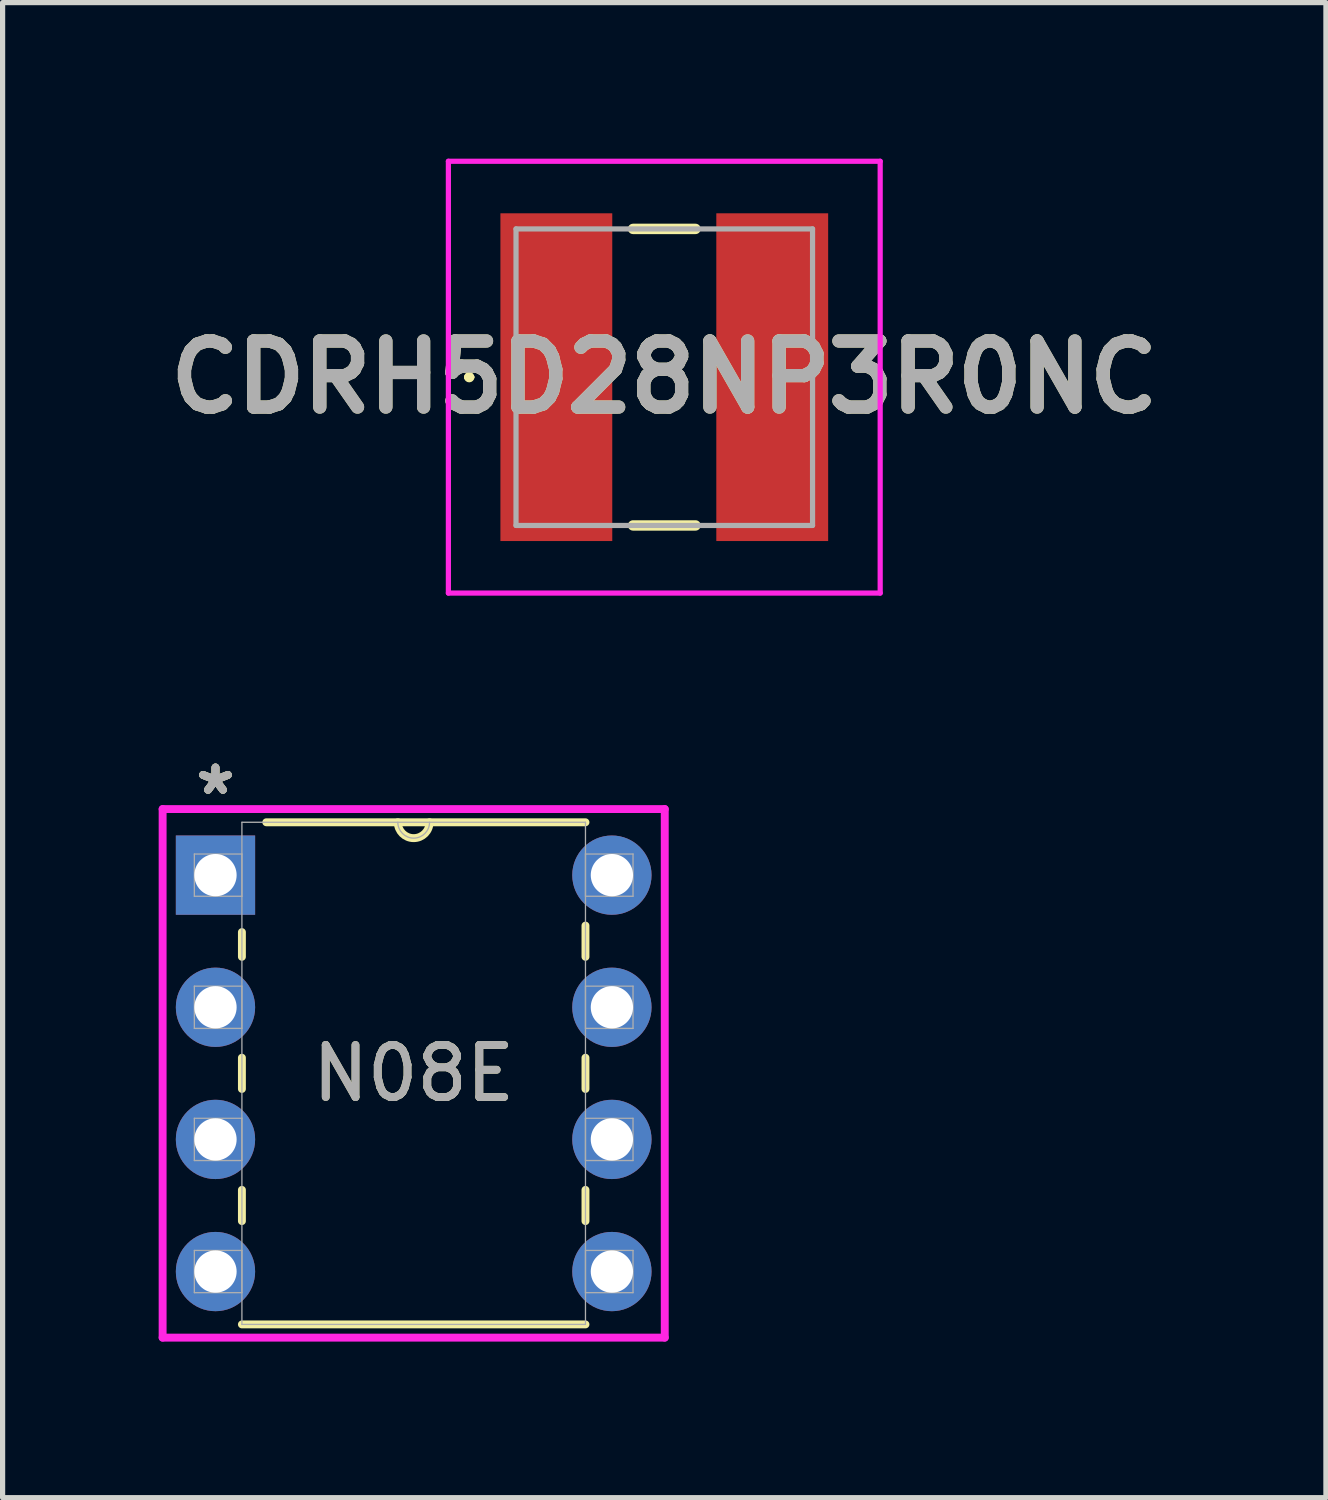
<source format=kicad_pcb>
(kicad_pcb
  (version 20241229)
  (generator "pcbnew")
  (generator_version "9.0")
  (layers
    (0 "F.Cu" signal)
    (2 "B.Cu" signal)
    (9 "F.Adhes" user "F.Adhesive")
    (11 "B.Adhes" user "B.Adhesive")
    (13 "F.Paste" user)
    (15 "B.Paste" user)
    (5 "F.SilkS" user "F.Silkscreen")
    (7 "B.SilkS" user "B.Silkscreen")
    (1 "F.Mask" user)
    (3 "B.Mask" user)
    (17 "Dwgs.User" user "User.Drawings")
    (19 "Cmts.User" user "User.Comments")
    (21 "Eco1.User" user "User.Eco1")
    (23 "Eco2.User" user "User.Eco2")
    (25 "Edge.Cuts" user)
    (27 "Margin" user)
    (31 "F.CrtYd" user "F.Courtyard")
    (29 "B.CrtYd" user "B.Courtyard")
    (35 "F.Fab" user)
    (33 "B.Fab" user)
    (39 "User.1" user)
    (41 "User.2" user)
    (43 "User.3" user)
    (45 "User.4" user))
  (footprint "CDRH5D28NP3R0NC"
    (layer "F.Cu")
    (at 9.719 4.2)
    (property "Reference" "CDRH5D28NP3R0NC" (at 0 0 0) (layer "F.SilkS") (effects (font (size 1.27 1.27) (thickness 0.254))))
    (attr smd)
    (fp_line (start -3.8 0) (end -3.8 0) (stroke (width 0.1) (type solid)) (layer "F.SilkS"))
    (fp_line (start -3.7 0) (end -3.7 0) (stroke (width 0.1) (type solid)) (layer "F.SilkS"))
    (fp_line (start -0.6 2.85) (end 0.6 2.85) (stroke (width 0.2) (type solid)) (layer "F.SilkS"))
    (fp_line (start 0.6 -2.85) (end -0.6 -2.85) (stroke (width 0.2) (type solid)) (layer "F.SilkS"))
    (fp_arc (start -3.8 0) (mid -3.75 -0.05) (end -3.7 0) (stroke (width 0.1) (type solid)) (layer "F.SilkS"))
    (fp_arc (start -3.7 0) (mid -3.75 0.05) (end -3.8 0) (stroke (width 0.1) (type solid)) (layer "F.SilkS"))
    (fp_line (start -4.15 -4.15) (end 4.15 -4.15) (stroke (width 0.1) (type solid)) (layer "F.CrtYd"))
    (fp_line (start -4.15 4.15) (end -4.15 -4.15) (stroke (width 0.1) (type solid)) (layer "F.CrtYd"))
    (fp_line (start 4.15 -4.15) (end 4.15 4.15) (stroke (width 0.1) (type solid)) (layer "F.CrtYd"))
    (fp_line (start 4.15 4.15) (end -4.15 4.15) (stroke (width 0.1) (type solid)) (layer "F.CrtYd"))
    (fp_line (start -2.85 -2.85) (end 2.85 -2.85) (stroke (width 0.1) (type solid)) (layer "F.Fab"))
    (fp_line (start -2.85 2.85) (end -2.85 -2.85) (stroke (width 0.1) (type solid)) (layer "F.Fab"))
    (fp_line (start 2.85 -2.85) (end 2.85 2.85) (stroke (width 0.1) (type solid)) (layer "F.Fab"))
    (fp_line (start 2.85 2.85) (end -2.85 2.85) (stroke (width 0.1) (type solid)) (layer "F.Fab"))
    (fp_text user "${REFERENCE}" (at 0 0 0) (layer "F.Fab") (effects (font (size 1.27 1.27) (thickness 0.254))))
    (pad "1" smd rect (at -2.075 0) (size 2.15 6.3) (layers "F.Cu" "F.Mask" "F.Paste"))
    (pad "2" smd rect (at 2.075 0) (size 2.15 6.3) (layers "F.Cu" "F.Mask" "F.Paste")))
  (footprint "N08E"
    (layer "F.Cu")
    (at 8.712 21.392)
    (property "Reference" "N08E" (at -3.81 -3.81 0) (unlocked yes) (layer "F.SilkS") (effects (font (size 1 1) (thickness 0.15))))
    (attr through_hole)
    (fp_line (start -7.112 -6.525) (end -7.112 -6.05) (stroke (width 0.152) (type solid)) (layer "F.SilkS"))
    (fp_line (start -7.112 -4.11) (end -7.112 -3.51) (stroke (width 0.152) (type solid)) (layer "F.SilkS"))
    (fp_line (start -7.112 -1.57) (end -7.112 -0.97) (stroke (width 0.152) (type solid)) (layer "F.SilkS"))
    (fp_line (start -7.112 1.016) (end -0.508 1.016) (stroke (width 0.152) (type solid)) (layer "F.SilkS"))
    (fp_line (start -0.508 -8.636) (end -6.643 -8.636) (stroke (width 0.152) (type solid)) (layer "F.SilkS"))
    (fp_line (start -0.508 -6.05) (end -0.508 -6.65) (stroke (width 0.152) (type solid)) (layer "F.SilkS"))
    (fp_line (start -0.508 -3.51) (end -0.508 -4.11) (stroke (width 0.152) (type solid)) (layer "F.SilkS"))
    (fp_line (start -0.508 -0.97) (end -0.508 -1.57) (stroke (width 0.152) (type solid)) (layer "F.SilkS"))
    (fp_arc (start -3.5052 -8.636) (mid -3.81 -8.3312) (end -4.1148 -8.636) (stroke (width 0.1524) (type solid)) (layer "F.SilkS"))
    (fp_line (start -8.636 -8.89) (end -8.636 1.27) (stroke (width 0.152) (type solid)) (layer "F.CrtYd"))
    (fp_line (start -8.636 1.27) (end 1.016 1.27) (stroke (width 0.152) (type solid)) (layer "F.CrtYd"))
    (fp_line (start 1.016 -8.89) (end -8.636 -8.89) (stroke (width 0.152) (type solid)) (layer "F.CrtYd"))
    (fp_line (start 1.016 1.27) (end 1.016 -8.89) (stroke (width 0.152) (type solid)) (layer "F.CrtYd"))
    (fp_line (start -8.026 -8.026) (end -8.026 -7.214) (stroke (width 0.025) (type solid)) (layer "F.Fab"))
    (fp_line (start -8.026 -7.214) (end -7.112 -7.214) (stroke (width 0.025) (type solid)) (layer "F.Fab"))
    (fp_line (start -8.026 -5.486) (end -8.026 -4.674) (stroke (width 0.025) (type solid)) (layer "F.Fab"))
    (fp_line (start -8.026 -4.674) (end -7.112 -4.674) (stroke (width 0.025) (type solid)) (layer "F.Fab"))
    (fp_line (start -8.026 -2.946) (end -8.026 -2.134) (stroke (width 0.025) (type solid)) (layer "F.Fab"))
    (fp_line (start -8.026 -2.134) (end -7.112 -2.134) (stroke (width 0.025) (type solid)) (layer "F.Fab"))
    (fp_line (start -8.026 -0.406) (end -8.026 0.406) (stroke (width 0.025) (type solid)) (layer "F.Fab"))
    (fp_line (start -8.026 0.406) (end -7.112 0.406) (stroke (width 0.025) (type solid)) (layer "F.Fab"))
    (fp_line (start -7.112 -8.636) (end -7.112 1.016) (stroke (width 0.025) (type solid)) (layer "F.Fab"))
    (fp_line (start -7.112 -8.026) (end -8.026 -8.026) (stroke (width 0.025) (type solid)) (layer "F.Fab"))
    (fp_line (start -7.112 -7.214) (end -7.112 -8.026) (stroke (width 0.025) (type solid)) (layer "F.Fab"))
    (fp_line (start -7.112 -5.486) (end -8.026 -5.486) (stroke (width 0.025) (type solid)) (layer "F.Fab"))
    (fp_line (start -7.112 -4.674) (end -7.112 -5.486) (stroke (width 0.025) (type solid)) (layer "F.Fab"))
    (fp_line (start -7.112 -2.946) (end -8.026 -2.946) (stroke (width 0.025) (type solid)) (layer "F.Fab"))
    (fp_line (start -7.112 -2.134) (end -7.112 -2.946) (stroke (width 0.025) (type solid)) (layer "F.Fab"))
    (fp_line (start -7.112 -0.406) (end -8.026 -0.406) (stroke (width 0.025) (type solid)) (layer "F.Fab"))
    (fp_line (start -7.112 0.406) (end -7.112 -0.406) (stroke (width 0.025) (type solid)) (layer "F.Fab"))
    (fp_line (start -7.112 1.016) (end -0.508 1.016) (stroke (width 0.025) (type solid)) (layer "F.Fab"))
    (fp_line (start -0.508 -8.636) (end -7.112 -8.636) (stroke (width 0.025) (type solid)) (layer "F.Fab"))
    (fp_line (start -0.508 -8.026) (end -0.508 -7.214) (stroke (width 0.025) (type solid)) (layer "F.Fab"))
    (fp_line (start -0.508 -7.214) (end 0.406 -7.214) (stroke (width 0.025) (type solid)) (layer "F.Fab"))
    (fp_line (start -0.508 -5.486) (end -0.508 -4.674) (stroke (width 0.025) (type solid)) (layer "F.Fab"))
    (fp_line (start -0.508 -4.674) (end 0.406 -4.674) (stroke (width 0.025) (type solid)) (layer "F.Fab"))
    (fp_line (start -0.508 -2.946) (end -0.508 -2.134) (stroke (width 0.025) (type solid)) (layer "F.Fab"))
    (fp_line (start -0.508 -2.134) (end 0.406 -2.134) (stroke (width 0.025) (type solid)) (layer "F.Fab"))
    (fp_line (start -0.508 -0.406) (end -0.508 0.406) (stroke (width 0.025) (type solid)) (layer "F.Fab"))
    (fp_line (start -0.508 0.406) (end 0.406 0.406) (stroke (width 0.025) (type solid)) (layer "F.Fab"))
    (fp_line (start -0.508 1.016) (end -0.508 -8.636) (stroke (width 0.025) (type solid)) (layer "F.Fab"))
    (fp_line (start 0.406 -8.026) (end -0.508 -8.026) (stroke (width 0.025) (type solid)) (layer "F.Fab"))
    (fp_line (start 0.406 -7.214) (end 0.406 -8.026) (stroke (width 0.025) (type solid)) (layer "F.Fab"))
    (fp_line (start 0.406 -5.486) (end -0.508 -5.486) (stroke (width 0.025) (type solid)) (layer "F.Fab"))
    (fp_line (start 0.406 -4.674) (end 0.406 -5.486) (stroke (width 0.025) (type solid)) (layer "F.Fab"))
    (fp_line (start 0.406 -2.946) (end -0.508 -2.946) (stroke (width 0.025) (type solid)) (layer "F.Fab"))
    (fp_line (start 0.406 -2.134) (end 0.406 -2.946) (stroke (width 0.025) (type solid)) (layer "F.Fab"))
    (fp_line (start 0.406 -0.406) (end -0.508 -0.406) (stroke (width 0.025) (type solid)) (layer "F.Fab"))
    (fp_line (start 0.406 0.406) (end 0.406 -0.406) (stroke (width 0.025) (type solid)) (layer "F.Fab"))
    (fp_arc (start -3.5052 -8.636) (mid -3.81 -8.3312) (end -4.1148 -8.636) (stroke (width 0.0254) (type solid)) (layer "F.Fab"))
    (fp_text user "*" (at -7.62 -9.144 0) (unlocked yes) (layer "F.SilkS") (effects (font (size 1 1) (thickness 0.15))))
    (fp_text user "*" (at -7.62 -9.144 0) (layer "F.SilkS") (effects (font (size 1 1) (thickness 0.15))))
    (fp_text user "*" (at -7.62 -9.144 0) (layer "F.Fab") (effects (font (size 1 1) (thickness 0.15))))
    (fp_text user "${REFERENCE}" (at -3.81 -3.81 0) (unlocked yes) (layer "F.Fab") (effects (font (size 1 1) (thickness 0.15))))
    (fp_text user "*" (at -7.62 -9.144 0) (unlocked yes) (layer "F.Fab") (effects (font (size 1 1) (thickness 0.15))))
    (pad "1" thru_hole rect (at -7.62 -7.62) (size 1.524 1.524) (drill 0.813) (layers "*.Cu" "*.Mask"))
    (pad "2" thru_hole circle (at -7.62 -5.08) (size 1.524 1.524) (drill 0.813) (layers "*.Cu" "*.Mask"))
    (pad "3" thru_hole circle (at -7.62 -2.54) (size 1.524 1.524) (drill 0.813) (layers "*.Cu" "*.Mask"))
    (pad "4" thru_hole circle (at -7.62 0) (size 1.524 1.524) (drill 0.813) (layers "*.Cu" "*.Mask"))
    (pad "5" thru_hole circle (at 0 0) (size 1.524 1.524) (drill 0.813) (layers "*.Cu" "*.Mask"))
    (pad "6" thru_hole circle (at 0 -2.54) (size 1.524 1.524) (drill 0.813) (layers "*.Cu" "*.Mask"))
    (pad "7" thru_hole circle (at 0 -5.08) (size 1.524 1.524) (drill 0.813) (layers "*.Cu" "*.Mask"))
    (pad "8" thru_hole circle (at 0 -7.62) (size 1.524 1.524) (drill 0.813) (layers "*.Cu" "*.Mask")))
  (gr_rect
    (start -3 -3)
    (end 22.437 25.738)
    (stroke (width 0.1) (type default))
    (fill no)
    (layer "Edge.Cuts")))
</source>
